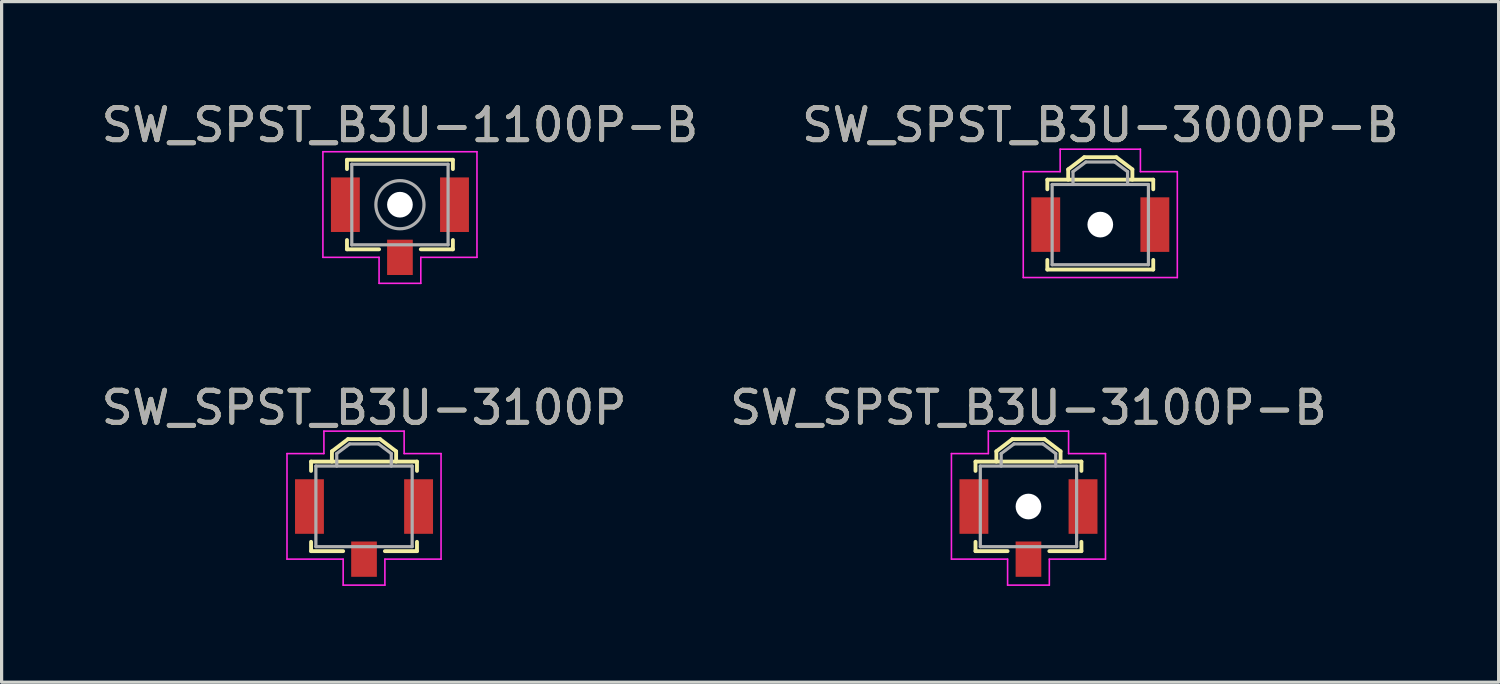
<source format=kicad_pcb>
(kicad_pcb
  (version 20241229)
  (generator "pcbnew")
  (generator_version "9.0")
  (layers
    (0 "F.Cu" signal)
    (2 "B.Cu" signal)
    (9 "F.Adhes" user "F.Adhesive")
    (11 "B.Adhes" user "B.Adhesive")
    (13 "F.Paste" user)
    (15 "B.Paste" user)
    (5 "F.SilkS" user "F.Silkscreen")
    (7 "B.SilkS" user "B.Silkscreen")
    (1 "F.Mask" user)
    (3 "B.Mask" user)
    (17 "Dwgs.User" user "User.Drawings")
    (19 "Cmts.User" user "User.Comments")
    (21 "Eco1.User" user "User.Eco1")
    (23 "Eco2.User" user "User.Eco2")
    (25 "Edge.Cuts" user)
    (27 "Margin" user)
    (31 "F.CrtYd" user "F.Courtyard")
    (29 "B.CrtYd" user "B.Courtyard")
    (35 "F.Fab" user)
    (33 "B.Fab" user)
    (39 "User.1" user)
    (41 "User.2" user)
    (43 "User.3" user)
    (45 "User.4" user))
  (footprint "SW_SPST_B3U-3000P-B"
    (layer "F.Cu")
    (at 31.232 3.948)
    (property "Reference" "SW_SPST_B3U-3000P-B" (at 0 -3.1 0) (layer "F.SilkS") (effects (font (size 1 1) (thickness 0.15))))
    (attr smd)
    (fp_line (start -1.65 -1.4) (end 1.65 -1.4) (stroke (width 0.12) (type solid)) (layer "F.SilkS"))
    (fp_line (start -1.65 -1.1) (end -1.65 -1.4) (stroke (width 0.12) (type solid)) (layer "F.SilkS"))
    (fp_line (start -1.65 1.1) (end -1.65 1.4) (stroke (width 0.12) (type solid)) (layer "F.SilkS"))
    (fp_line (start -1.65 1.4) (end 1.65 1.4) (stroke (width 0.12) (type solid)) (layer "F.SilkS"))
    (fp_line (start -1 -1.72) (end -1 -1.4) (stroke (width 0.12) (type solid)) (layer "F.SilkS"))
    (fp_line (start -0.5 -2.1) (end -1 -1.72) (stroke (width 0.12) (type solid)) (layer "F.SilkS"))
    (fp_line (start -0.5 -2.1) (end 0.5 -2.1) (stroke (width 0.12) (type solid)) (layer "F.SilkS"))
    (fp_line (start 0.5 -2.1) (end 1 -1.72) (stroke (width 0.12) (type solid)) (layer "F.SilkS"))
    (fp_line (start 1 -1.72) (end 1 -1.4) (stroke (width 0.12) (type solid)) (layer "F.SilkS"))
    (fp_line (start 1.65 -1.4) (end 1.65 -1.1) (stroke (width 0.12) (type solid)) (layer "F.SilkS"))
    (fp_line (start 1.65 1.4) (end 1.65 1.1) (stroke (width 0.12) (type solid)) (layer "F.SilkS"))
    (fp_line (start -2.4 -1.65) (end -2.4 1.65) (stroke (width 0.05) (type solid)) (layer "F.CrtYd"))
    (fp_line (start -2.4 1.65) (end 2.4 1.65) (stroke (width 0.05) (type solid)) (layer "F.CrtYd"))
    (fp_line (start -1.25 -2.35) (end 1.25 -2.35) (stroke (width 0.05) (type solid)) (layer "F.CrtYd"))
    (fp_line (start -1.25 -1.65) (end -2.4 -1.65) (stroke (width 0.05) (type solid)) (layer "F.CrtYd"))
    (fp_line (start -1.25 -1.65) (end -1.25 -2.35) (stroke (width 0.05) (type solid)) (layer "F.CrtYd"))
    (fp_line (start 1.25 -2.35) (end 1.25 -1.65) (stroke (width 0.05) (type solid)) (layer "F.CrtYd"))
    (fp_line (start 1.25 -1.65) (end 2.4 -1.65) (stroke (width 0.05) (type solid)) (layer "F.CrtYd"))
    (fp_line (start 2.4 1.65) (end 2.4 -1.65) (stroke (width 0.05) (type solid)) (layer "F.CrtYd"))
    (fp_line (start -1.5 -1.25) (end 1.5 -1.25) (stroke (width 0.1) (type solid)) (layer "F.Fab"))
    (fp_line (start -1.5 1.25) (end -1.5 -1.25) (stroke (width 0.1) (type solid)) (layer "F.Fab"))
    (fp_line (start -0.85 -1.65) (end -0.45 -1.95) (stroke (width 0.1) (type solid)) (layer "F.Fab"))
    (fp_line (start -0.85 -1.25) (end -0.85 -1.65) (stroke (width 0.1) (type solid)) (layer "F.Fab"))
    (fp_line (start -0.45 -1.95) (end 0.45 -1.95) (stroke (width 0.1) (type solid)) (layer "F.Fab"))
    (fp_line (start 0.45 -1.95) (end 0.85 -1.65) (stroke (width 0.1) (type solid)) (layer "F.Fab"))
    (fp_line (start 0.85 -1.65) (end 0.85 -1.25) (stroke (width 0.1) (type solid)) (layer "F.Fab"))
    (fp_line (start 1.5 -1.25) (end 1.5 1.25) (stroke (width 0.1) (type solid)) (layer "F.Fab"))
    (fp_line (start 1.5 1.25) (end -1.5 1.25) (stroke (width 0.1) (type solid)) (layer "F.Fab"))
    (fp_text user "${REFERENCE}" (at 0 -3.1 0) (layer "F.Fab") (effects (font (size 1 1) (thickness 0.15))))
    (pad "" np_thru_hole circle (at 0 0) (size 0.8 0.8) (drill 0.8) (layers "*.Cu" "*.Mask"))
    (pad "1" smd rect (at -1.7 0) (size 0.9 1.7) (layers "F.Cu" "F.Mask" "F.Paste"))
    (pad "2" smd rect (at 1.7 0) (size 0.9 1.7) (layers "F.Cu" "F.Mask" "F.Paste")))
  (footprint "SW_SPST_B3U-3100P"
    (layer "F.Cu")
    (at 8.292 13.552)
    (property "Reference" "SW_SPST_B3U-3100P" (at 0 -3.9 0) (layer "F.SilkS") (effects (font (size 1 1) (thickness 0.15))))
    (attr smd)
    (fp_line (start -1.65 -2.22) (end 1.65 -2.22) (stroke (width 0.12) (type solid)) (layer "F.SilkS"))
    (fp_line (start -1.65 -1.93) (end -1.65 -2.22) (stroke (width 0.12) (type solid)) (layer "F.SilkS"))
    (fp_line (start -1.65 0.28) (end -1.65 0.57) (stroke (width 0.12) (type solid)) (layer "F.SilkS"))
    (fp_line (start -1.65 0.57) (end -0.65 0.57) (stroke (width 0.12) (type solid)) (layer "F.SilkS"))
    (fp_line (start -1 -2.54) (end -1 -2.22) (stroke (width 0.12) (type solid)) (layer "F.SilkS"))
    (fp_line (start -0.5 -2.92) (end -1 -2.54) (stroke (width 0.12) (type solid)) (layer "F.SilkS"))
    (fp_line (start -0.5 -2.92) (end 0.5 -2.92) (stroke (width 0.12) (type solid)) (layer "F.SilkS"))
    (fp_line (start 0.5 -2.92) (end 1 -2.54) (stroke (width 0.12) (type solid)) (layer "F.SilkS"))
    (fp_line (start 1 -2.54) (end 1 -2.22) (stroke (width 0.12) (type solid)) (layer "F.SilkS"))
    (fp_line (start 1.65 -2.22) (end 1.65 -1.93) (stroke (width 0.12) (type solid)) (layer "F.SilkS"))
    (fp_line (start 1.65 0.57) (end 0.65 0.57) (stroke (width 0.12) (type solid)) (layer "F.SilkS"))
    (fp_line (start 1.65 0.57) (end 1.65 0.28) (stroke (width 0.12) (type solid)) (layer "F.SilkS"))
    (fp_line (start -2.4 -2.47) (end -2.4 0.82) (stroke (width 0.05) (type solid)) (layer "F.CrtYd"))
    (fp_line (start -2.4 0.82) (end -0.65 0.82) (stroke (width 0.05) (type solid)) (layer "F.CrtYd"))
    (fp_line (start -1.25 -3.17) (end 1.25 -3.17) (stroke (width 0.05) (type solid)) (layer "F.CrtYd"))
    (fp_line (start -1.25 -2.47) (end -2.4 -2.47) (stroke (width 0.05) (type solid)) (layer "F.CrtYd"))
    (fp_line (start -1.25 -2.47) (end -1.25 -3.17) (stroke (width 0.05) (type solid)) (layer "F.CrtYd"))
    (fp_line (start -0.65 0.82) (end -0.65 1.63) (stroke (width 0.05) (type solid)) (layer "F.CrtYd"))
    (fp_line (start -0.65 1.63) (end 0.65 1.63) (stroke (width 0.05) (type solid)) (layer "F.CrtYd"))
    (fp_line (start 0.65 0.82) (end 2.4 0.82) (stroke (width 0.05) (type solid)) (layer "F.CrtYd"))
    (fp_line (start 0.65 1.63) (end 0.65 0.82) (stroke (width 0.05) (type solid)) (layer "F.CrtYd"))
    (fp_line (start 1.25 -3.17) (end 1.25 -2.47) (stroke (width 0.05) (type solid)) (layer "F.CrtYd"))
    (fp_line (start 1.25 -2.47) (end 2.4 -2.47) (stroke (width 0.05) (type solid)) (layer "F.CrtYd"))
    (fp_line (start 2.4 0.82) (end 2.4 -2.47) (stroke (width 0.05) (type solid)) (layer "F.CrtYd"))
    (fp_line (start -1.5 -2.08) (end 1.5 -2.08) (stroke (width 0.1) (type solid)) (layer "F.Fab"))
    (fp_line (start -1.5 0.43) (end -1.5 -2.08) (stroke (width 0.1) (type solid)) (layer "F.Fab"))
    (fp_line (start -0.85 -2.47) (end -0.45 -2.77) (stroke (width 0.1) (type solid)) (layer "F.Fab"))
    (fp_line (start -0.85 -2.08) (end -0.85 -2.47) (stroke (width 0.1) (type solid)) (layer "F.Fab"))
    (fp_line (start -0.45 -2.77) (end 0.45 -2.77) (stroke (width 0.1) (type solid)) (layer "F.Fab"))
    (fp_line (start 0.45 -2.77) (end 0.85 -2.47) (stroke (width 0.1) (type solid)) (layer "F.Fab"))
    (fp_line (start 0.85 -2.47) (end 0.85 -2.08) (stroke (width 0.1) (type solid)) (layer "F.Fab"))
    (fp_line (start 1.5 -2.08) (end 1.5 0.43) (stroke (width 0.1) (type solid)) (layer "F.Fab"))
    (fp_line (start 1.5 0.43) (end -1.5 0.43) (stroke (width 0.1) (type solid)) (layer "F.Fab"))
    (fp_text user "${REFERENCE}" (at 0 -3.9 0) (layer "F.Fab") (effects (font (size 1 1) (thickness 0.15))))
    (pad "1" smd rect (at -1.7 -0.82) (size 0.9 1.7) (layers "F.Cu" "F.Mask" "F.Paste"))
    (pad "2" smd rect (at 1.7 -0.82) (size 0.9 1.7) (layers "F.Cu" "F.Mask" "F.Paste"))
    (pad "3" smd rect (at 0 0.82) (size 0.8 1.1) (layers "F.Cu" "F.Mask" "F.Paste")))
  (footprint "SW_SPST_B3U-1100P-B"
    (layer "F.Cu")
    (at 9.411 4.148)
    (property "Reference" "SW_SPST_B3U-1100P-B" (at 0 -3.3 0) (layer "F.SilkS") (effects (font (size 1 1) (thickness 0.15))))
    (attr smd)
    (fp_line (start -1.65 -2.22) (end 1.65 -2.22) (stroke (width 0.12) (type solid)) (layer "F.SilkS"))
    (fp_line (start -1.65 -1.93) (end -1.65 -2.22) (stroke (width 0.12) (type solid)) (layer "F.SilkS"))
    (fp_line (start -1.65 0.28) (end -1.65 0.57) (stroke (width 0.12) (type solid)) (layer "F.SilkS"))
    (fp_line (start -1.65 0.57) (end -0.65 0.57) (stroke (width 0.12) (type solid)) (layer "F.SilkS"))
    (fp_line (start 1.65 -2.22) (end 1.65 -1.93) (stroke (width 0.12) (type solid)) (layer "F.SilkS"))
    (fp_line (start 1.65 0.57) (end 0.65 0.57) (stroke (width 0.12) (type solid)) (layer "F.SilkS"))
    (fp_line (start 1.65 0.57) (end 1.65 0.28) (stroke (width 0.12) (type solid)) (layer "F.SilkS"))
    (fp_line (start -2.4 -2.47) (end -2.4 0.82) (stroke (width 0.05) (type solid)) (layer "F.CrtYd"))
    (fp_line (start -2.4 0.82) (end -0.65 0.82) (stroke (width 0.05) (type solid)) (layer "F.CrtYd"))
    (fp_line (start -0.65 0.82) (end -0.65 1.63) (stroke (width 0.05) (type solid)) (layer "F.CrtYd"))
    (fp_line (start -0.65 1.63) (end 0.65 1.63) (stroke (width 0.05) (type solid)) (layer "F.CrtYd"))
    (fp_line (start 0.65 0.82) (end 2.4 0.82) (stroke (width 0.05) (type solid)) (layer "F.CrtYd"))
    (fp_line (start 0.65 1.63) (end 0.65 0.82) (stroke (width 0.05) (type solid)) (layer "F.CrtYd"))
    (fp_line (start 2.4 -2.47) (end -2.4 -2.47) (stroke (width 0.05) (type solid)) (layer "F.CrtYd"))
    (fp_line (start 2.4 0.82) (end 2.4 -2.47) (stroke (width 0.05) (type solid)) (layer "F.CrtYd"))
    (fp_line (start -1.5 -2.08) (end 1.5 -2.08) (stroke (width 0.1) (type solid)) (layer "F.Fab"))
    (fp_line (start -1.5 0.43) (end -1.5 -2.08) (stroke (width 0.1) (type solid)) (layer "F.Fab"))
    (fp_line (start 1.5 -2.08) (end 1.5 0.43) (stroke (width 0.1) (type solid)) (layer "F.Fab"))
    (fp_line (start 1.5 0.43) (end -1.5 0.43) (stroke (width 0.1) (type solid)) (layer "F.Fab"))
    (fp_circle (center 0 -0.82) (end 0.75 -0.82) (stroke (width 0.1) (type solid)) (fill no) (layer "F.Fab"))
    (fp_text user "${REFERENCE}" (at 0 -3.3 0) (layer "F.Fab") (effects (font (size 1 1) (thickness 0.15))))
    (pad "" np_thru_hole circle (at 0 -0.82) (size 0.8 0.8) (drill 0.8) (layers "*.Cu" "*.Mask"))
    (pad "1" smd rect (at -1.7 -0.82) (size 0.9 1.7) (layers "F.Cu" "F.Mask" "F.Paste"))
    (pad "2" smd rect (at 1.7 -0.82) (size 0.9 1.7) (layers "F.Cu" "F.Mask" "F.Paste"))
    (pad "3" smd rect (at 0 0.82) (size 0.8 1.1) (layers "F.Cu" "F.Mask" "F.Paste")))
  (footprint "SW_SPST_B3U-3100P-B"
    (layer "F.Cu")
    (at 28.994 13.552)
    (property "Reference" "SW_SPST_B3U-3100P-B" (at 0 -3.9 0) (layer "F.SilkS") (effects (font (size 1 1) (thickness 0.15))))
    (attr smd)
    (fp_line (start -1.65 -2.22) (end 1.65 -2.22) (stroke (width 0.12) (type solid)) (layer "F.SilkS"))
    (fp_line (start -1.65 -1.93) (end -1.65 -2.22) (stroke (width 0.12) (type solid)) (layer "F.SilkS"))
    (fp_line (start -1.65 0.28) (end -1.65 0.57) (stroke (width 0.12) (type solid)) (layer "F.SilkS"))
    (fp_line (start -1.65 0.57) (end -0.65 0.57) (stroke (width 0.12) (type solid)) (layer "F.SilkS"))
    (fp_line (start -1 -2.54) (end -1 -2.22) (stroke (width 0.12) (type solid)) (layer "F.SilkS"))
    (fp_line (start -0.5 -2.92) (end -1 -2.54) (stroke (width 0.12) (type solid)) (layer "F.SilkS"))
    (fp_line (start -0.5 -2.92) (end 0.5 -2.92) (stroke (width 0.12) (type solid)) (layer "F.SilkS"))
    (fp_line (start 0.5 -2.92) (end 1 -2.54) (stroke (width 0.12) (type solid)) (layer "F.SilkS"))
    (fp_line (start 1 -2.54) (end 1 -2.22) (stroke (width 0.12) (type solid)) (layer "F.SilkS"))
    (fp_line (start 1.65 -2.22) (end 1.65 -1.93) (stroke (width 0.12) (type solid)) (layer "F.SilkS"))
    (fp_line (start 1.65 0.57) (end 0.65 0.57) (stroke (width 0.12) (type solid)) (layer "F.SilkS"))
    (fp_line (start 1.65 0.57) (end 1.65 0.28) (stroke (width 0.12) (type solid)) (layer "F.SilkS"))
    (fp_line (start -2.4 -2.47) (end -2.4 0.82) (stroke (width 0.05) (type solid)) (layer "F.CrtYd"))
    (fp_line (start -2.4 0.82) (end -0.65 0.82) (stroke (width 0.05) (type solid)) (layer "F.CrtYd"))
    (fp_line (start -1.25 -3.17) (end 1.25 -3.17) (stroke (width 0.05) (type solid)) (layer "F.CrtYd"))
    (fp_line (start -1.25 -2.47) (end -2.4 -2.47) (stroke (width 0.05) (type solid)) (layer "F.CrtYd"))
    (fp_line (start -1.25 -2.47) (end -1.25 -3.17) (stroke (width 0.05) (type solid)) (layer "F.CrtYd"))
    (fp_line (start -0.65 0.82) (end -0.65 1.63) (stroke (width 0.05) (type solid)) (layer "F.CrtYd"))
    (fp_line (start -0.65 1.63) (end 0.65 1.63) (stroke (width 0.05) (type solid)) (layer "F.CrtYd"))
    (fp_line (start 0.65 0.82) (end 2.4 0.82) (stroke (width 0.05) (type solid)) (layer "F.CrtYd"))
    (fp_line (start 0.65 1.63) (end 0.65 0.82) (stroke (width 0.05) (type solid)) (layer "F.CrtYd"))
    (fp_line (start 1.25 -3.17) (end 1.25 -2.47) (stroke (width 0.05) (type solid)) (layer "F.CrtYd"))
    (fp_line (start 1.25 -2.47) (end 2.4 -2.47) (stroke (width 0.05) (type solid)) (layer "F.CrtYd"))
    (fp_line (start 2.4 0.82) (end 2.4 -2.47) (stroke (width 0.05) (type solid)) (layer "F.CrtYd"))
    (fp_line (start -1.5 -2.08) (end 1.5 -2.08) (stroke (width 0.1) (type solid)) (layer "F.Fab"))
    (fp_line (start -1.5 0.43) (end -1.5 -2.08) (stroke (width 0.1) (type solid)) (layer "F.Fab"))
    (fp_line (start -0.85 -2.47) (end -0.45 -2.77) (stroke (width 0.1) (type solid)) (layer "F.Fab"))
    (fp_line (start -0.85 -2.08) (end -0.85 -2.47) (stroke (width 0.1) (type solid)) (layer "F.Fab"))
    (fp_line (start -0.45 -2.77) (end 0.45 -2.77) (stroke (width 0.1) (type solid)) (layer "F.Fab"))
    (fp_line (start 0.45 -2.77) (end 0.85 -2.47) (stroke (width 0.1) (type solid)) (layer "F.Fab"))
    (fp_line (start 0.85 -2.47) (end 0.85 -2.08) (stroke (width 0.1) (type solid)) (layer "F.Fab"))
    (fp_line (start 1.5 -2.08) (end 1.5 0.43) (stroke (width 0.1) (type solid)) (layer "F.Fab"))
    (fp_line (start 1.5 0.43) (end -1.5 0.43) (stroke (width 0.1) (type solid)) (layer "F.Fab"))
    (fp_text user "${REFERENCE}" (at 0 -3.9 0) (layer "F.Fab") (effects (font (size 1 1) (thickness 0.15))))
    (pad "" np_thru_hole circle (at 0 -0.82) (size 0.8 0.8) (drill 0.8) (layers "*.Cu" "*.Mask"))
    (pad "1" smd rect (at -1.7 -0.82) (size 0.9 1.7) (layers "F.Cu" "F.Mask" "F.Paste"))
    (pad "2" smd rect (at 1.7 -0.82) (size 0.9 1.7) (layers "F.Cu" "F.Mask" "F.Paste"))
    (pad "3" smd rect (at 0 0.82) (size 0.8 1.1) (layers "F.Cu" "F.Mask" "F.Paste")))
  (gr_rect
    (start -3 -3)
    (end 43.643 18.206)
    (stroke (width 0.1) (type default))
    (fill no)
    (layer "Edge.Cuts")))
</source>
